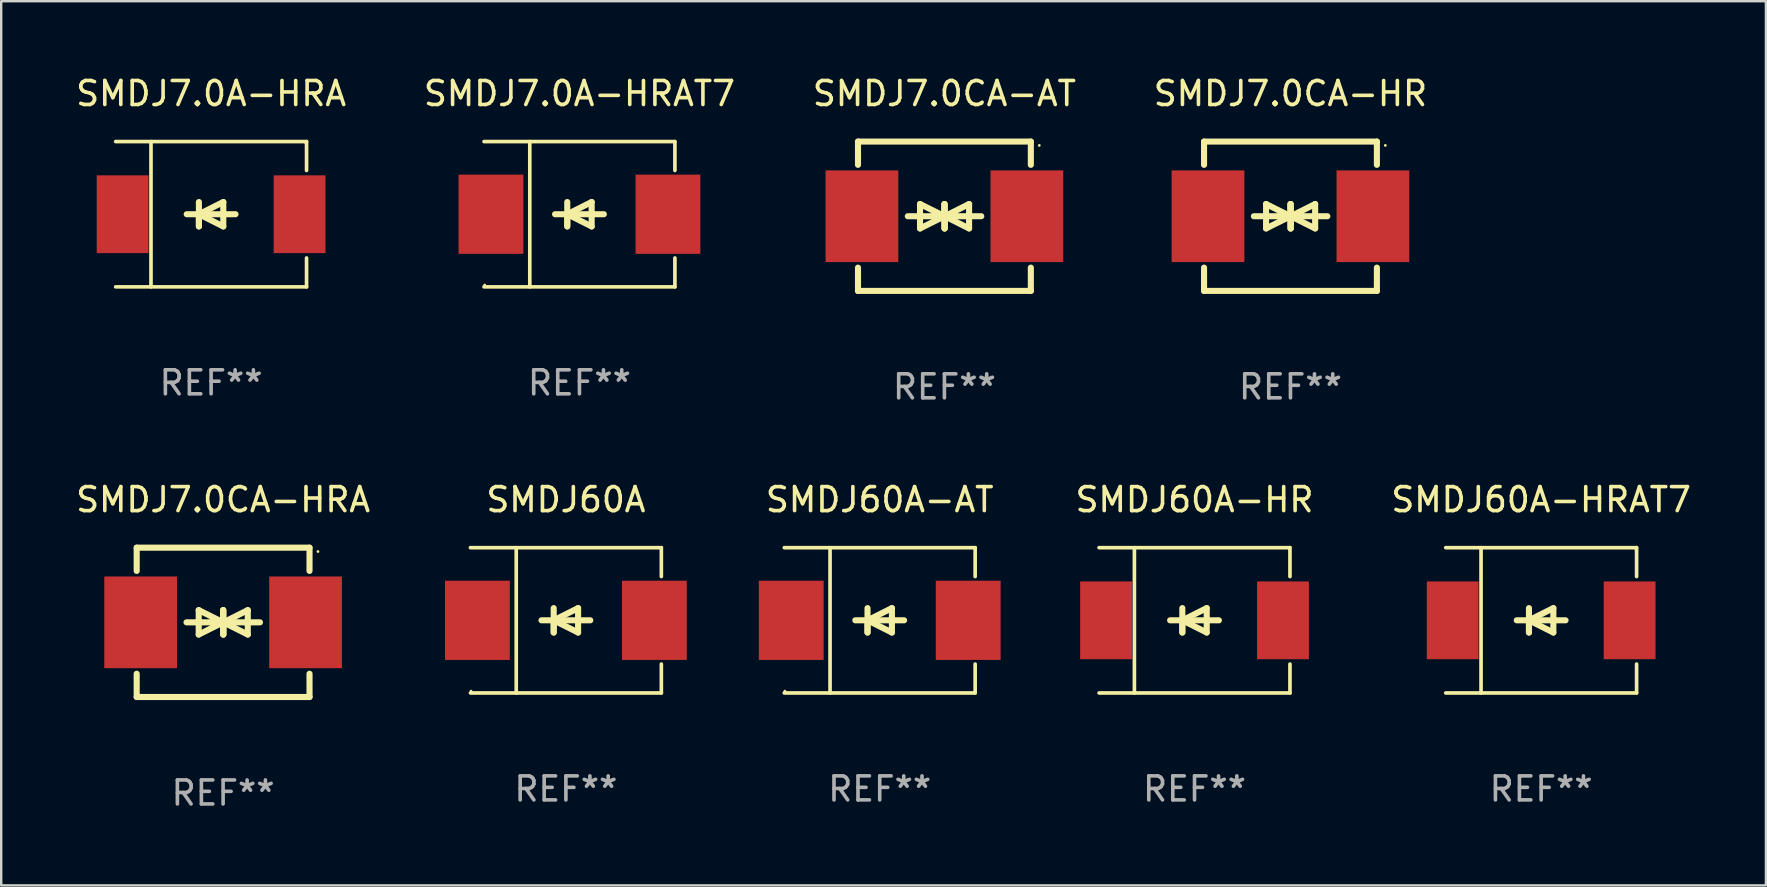
<source format=kicad_pcb>
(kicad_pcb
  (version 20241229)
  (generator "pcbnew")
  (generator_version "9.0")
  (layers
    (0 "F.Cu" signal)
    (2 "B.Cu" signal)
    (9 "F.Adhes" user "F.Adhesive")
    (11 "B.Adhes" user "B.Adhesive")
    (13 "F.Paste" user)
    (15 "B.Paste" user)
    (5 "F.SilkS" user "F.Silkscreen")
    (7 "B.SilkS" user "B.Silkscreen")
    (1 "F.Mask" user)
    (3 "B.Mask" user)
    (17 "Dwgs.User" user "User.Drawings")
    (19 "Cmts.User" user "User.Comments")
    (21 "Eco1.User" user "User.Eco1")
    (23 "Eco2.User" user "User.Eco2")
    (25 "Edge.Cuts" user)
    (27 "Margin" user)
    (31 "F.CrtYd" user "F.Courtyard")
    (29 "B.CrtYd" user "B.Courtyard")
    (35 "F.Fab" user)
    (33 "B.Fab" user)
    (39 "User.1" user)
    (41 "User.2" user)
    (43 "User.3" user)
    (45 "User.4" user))
  (footprint "SMDJ60A-HR"
    (layer "F.Cu")
    (at 46.711 22.791)
    (property "Reference" "SMDJ60A-HR" (at 0 -5.026 0) (layer "F.SilkS") (effects (font (size 1 1) (thickness 0.15))))
    (attr through_hole)
    (fp_line (start -3.976 -3.026) (end 3.976 -3.026) (stroke (width 0.152) (type solid)) (layer "F.SilkS"))
    (fp_line (start -3.976 3.026) (end 3.976 3.026) (stroke (width 0.152) (type solid)) (layer "F.SilkS"))
    (fp_line (start -2.504 -3.026) (end -2.504 3.026) (stroke (width 0.152) (type solid)) (layer "F.SilkS"))
    (fp_line (start -0.508 0) (end -0.508 0.508) (stroke (width 0.254) (type solid)) (layer "F.SilkS"))
    (fp_line (start -0.508 0) (end 0.508 0.508) (stroke (width 0.254) (type solid)) (layer "F.SilkS"))
    (fp_line (start -0.508 0.508) (end -0.508 -0.508) (stroke (width 0.254) (type solid)) (layer "F.SilkS"))
    (fp_line (start 0.508 -0.508) (end -0.508 0) (stroke (width 0.254) (type solid)) (layer "F.SilkS"))
    (fp_line (start 0.508 0.508) (end 0.508 -0.508) (stroke (width 0.254) (type solid)) (layer "F.SilkS"))
    (fp_line (start 1.016 0) (end -1.016 0) (stroke (width 0.254) (type solid)) (layer "F.SilkS"))
    (fp_line (start 3.976 -3.026) (end 3.976 -1.823) (stroke (width 0.152) (type solid)) (layer "F.SilkS"))
    (fp_line (start 3.976 3.026) (end 3.976 1.823) (stroke (width 0.152) (type solid)) (layer "F.SilkS"))
    (fp_circle (center 3.95 -2.95) (end 3.98 -2.95) (stroke (width 0.06) (type solid)) (fill no) (layer "F.SilkS"))
    (fp_text user "REF**" (at 0 7.026 0) (layer "F.Fab") (effects (font (size 1 1) (thickness 0.15))))
    (pad "1" smd rect (at 3.686 0 180) (size 2.158 3.24) (layers "F.Cu" "F.Mask" "F.Paste"))
    (pad "2" smd rect (at -3.686 0 180) (size 2.158 3.24) (layers "F.Cu" "F.Mask" "F.Paste")))
  (footprint "SMDJ7.0A-HRA"
    (layer "F.Cu")
    (at 5.744 5.874)
    (property "Reference" "SMDJ7.0A-HRA" (at 0 -5.026 0) (layer "F.SilkS") (effects (font (size 1 1) (thickness 0.15))))
    (attr through_hole)
    (fp_line (start -3.976 -3.026) (end 3.976 -3.026) (stroke (width 0.152) (type solid)) (layer "F.SilkS"))
    (fp_line (start -3.976 3.026) (end 3.976 3.026) (stroke (width 0.152) (type solid)) (layer "F.SilkS"))
    (fp_line (start -2.504 -3.026) (end -2.504 3.026) (stroke (width 0.152) (type solid)) (layer "F.SilkS"))
    (fp_line (start -0.508 0) (end -0.508 0.508) (stroke (width 0.254) (type solid)) (layer "F.SilkS"))
    (fp_line (start -0.508 0) (end 0.508 0.508) (stroke (width 0.254) (type solid)) (layer "F.SilkS"))
    (fp_line (start -0.508 0.508) (end -0.508 -0.508) (stroke (width 0.254) (type solid)) (layer "F.SilkS"))
    (fp_line (start 0.508 -0.508) (end -0.508 0) (stroke (width 0.254) (type solid)) (layer "F.SilkS"))
    (fp_line (start 0.508 0.508) (end 0.508 -0.508) (stroke (width 0.254) (type solid)) (layer "F.SilkS"))
    (fp_line (start 1.016 0) (end -1.016 0) (stroke (width 0.254) (type solid)) (layer "F.SilkS"))
    (fp_line (start 3.976 -3.026) (end 3.976 -1.823) (stroke (width 0.152) (type solid)) (layer "F.SilkS"))
    (fp_line (start 3.976 3.026) (end 3.976 1.823) (stroke (width 0.152) (type solid)) (layer "F.SilkS"))
    (fp_circle (center 3.95 -2.95) (end 3.98 -2.95) (stroke (width 0.06) (type solid)) (fill no) (layer "F.SilkS"))
    (fp_text user "REF**" (at 0 7.026 0) (layer "F.Fab") (effects (font (size 1 1) (thickness 0.15))))
    (pad "1" smd rect (at 3.686 0 180) (size 2.158 3.24) (layers "F.Cu" "F.Mask" "F.Paste"))
    (pad "2" smd rect (at -3.686 0 180) (size 2.158 3.24) (layers "F.Cu" "F.Mask" "F.Paste")))
  (footprint "SMDJ60A"
    (layer "F.Cu")
    (at 20.524 22.791)
    (property "Reference" "SMDJ60A" (at 0 -5.026 0) (layer "F.SilkS") (effects (font (size 1 1) (thickness 0.15))))
    (attr through_hole)
    (fp_line (start -3.976 -3.026) (end 3.976 -3.026) (stroke (width 0.152) (type solid)) (layer "F.SilkS"))
    (fp_line (start -3.976 3.026) (end 3.976 3.026) (stroke (width 0.152) (type solid)) (layer "F.SilkS"))
    (fp_line (start -2.069 -3.026) (end -2.069 3.026) (stroke (width 0.152) (type solid)) (layer "F.SilkS"))
    (fp_line (start -0.508 0) (end -0.508 0.508) (stroke (width 0.254) (type solid)) (layer "F.SilkS"))
    (fp_line (start -0.508 0) (end 0.508 0.508) (stroke (width 0.254) (type solid)) (layer "F.SilkS"))
    (fp_line (start -0.508 0.508) (end -0.508 -0.508) (stroke (width 0.254) (type solid)) (layer "F.SilkS"))
    (fp_line (start 0.508 -0.508) (end -0.508 0) (stroke (width 0.254) (type solid)) (layer "F.SilkS"))
    (fp_line (start 0.508 0.508) (end 0.508 -0.508) (stroke (width 0.254) (type solid)) (layer "F.SilkS"))
    (fp_line (start 1.016 0) (end -1.016 0) (stroke (width 0.254) (type solid)) (layer "F.SilkS"))
    (fp_line (start 3.976 -3.026) (end 3.976 -1.823) (stroke (width 0.152) (type solid)) (layer "F.SilkS"))
    (fp_line (start 3.976 3.026) (end 3.976 1.823) (stroke (width 0.152) (type solid)) (layer "F.SilkS"))
    (fp_circle (center -3.95 2.95) (end -3.92 2.95) (stroke (width 0.06) (type solid)) (fill no) (layer "F.SilkS"))
    (fp_text user "REF**" (at 0 7.026 0) (layer "F.Fab") (effects (font (size 1 1) (thickness 0.15))))
    (pad "1" smd rect (at -3.686 0) (size 2.7 3.3) (layers "F.Cu" "F.Mask" "F.Paste"))
    (pad "2" smd rect (at 3.686 0) (size 2.7 3.3) (layers "F.Cu" "F.Mask" "F.Paste")))
  (footprint "SMDJ7.0CA-HR"
    (layer "F.Cu")
    (at 50.708 5.958)
    (property "Reference" "SMDJ7.0CA-HR" (at 0 -5.11 0) (layer "F.SilkS") (effects (font (size 1 1) (thickness 0.15))))
    (attr through_hole)
    (fp_line (start -3.6 -2.141) (end -3.6 -3.11) (stroke (width 0.254) (type solid)) (layer "F.SilkS"))
    (fp_line (start -3.6 3.11) (end -3.6 2.141) (stroke (width 0.254) (type solid)) (layer "F.SilkS"))
    (fp_line (start -1.524 0) (end 0.508 0) (stroke (width 0.254) (type solid)) (layer "F.SilkS"))
    (fp_line (start -1.016 -0.508) (end -1.016 0.508) (stroke (width 0.254) (type solid)) (layer "F.SilkS"))
    (fp_line (start -1.016 0.508) (end 0 0) (stroke (width 0.254) (type solid)) (layer "F.SilkS"))
    (fp_line (start 0 -0.508) (end 0 0.508) (stroke (width 0.254) (type solid)) (layer "F.SilkS"))
    (fp_line (start 0 0) (end -1.016 -0.508) (stroke (width 0.254) (type solid)) (layer "F.SilkS"))
    (fp_line (start 0 0) (end 0 -0.508) (stroke (width 0.254) (type solid)) (layer "F.SilkS"))
    (fp_line (start 0.012 0) (end 0.012 0.508) (stroke (width 0.254) (type solid)) (layer "F.SilkS"))
    (fp_line (start 0.012 0) (end 1.028 0.508) (stroke (width 0.254) (type solid)) (layer "F.SilkS"))
    (fp_line (start 0.012 0.508) (end 0.012 -0.508) (stroke (width 0.254) (type solid)) (layer "F.SilkS"))
    (fp_line (start 1.028 -0.508) (end 0.012 0) (stroke (width 0.254) (type solid)) (layer "F.SilkS"))
    (fp_line (start 1.028 0.508) (end 1.028 -0.508) (stroke (width 0.254) (type solid)) (layer "F.SilkS"))
    (fp_line (start 1.536 0) (end -0.496 0) (stroke (width 0.254) (type solid)) (layer "F.SilkS"))
    (fp_line (start 3.6 -3.11) (end -3.6 -3.11) (stroke (width 0.254) (type solid)) (layer "F.SilkS"))
    (fp_line (start 3.6 -2.141) (end 3.6 -3.11) (stroke (width 0.254) (type solid)) (layer "F.SilkS"))
    (fp_line (start 3.6 3.11) (end -3.6 3.11) (stroke (width 0.254) (type solid)) (layer "F.SilkS"))
    (fp_line (start 3.6 3.11) (end 3.6 2.141) (stroke (width 0.254) (type solid)) (layer "F.SilkS"))
    (fp_circle (center 3.952 -2.95) (end 3.982 -2.95) (stroke (width 0.06) (type solid)) (fill no) (layer "F.SilkS"))
    (fp_text user "REF**" (at 0 7.11 0) (layer "F.Fab") (effects (font (size 1 1) (thickness 0.15))))
    (pad "1" smd rect (at 3.435 0) (size 3.03 3.82) (layers "F.Cu" "F.Mask" "F.Paste"))
    (pad "2" smd rect (at -3.435 0) (size 3.03 3.82) (layers "F.Cu" "F.Mask" "F.Paste")))
  (footprint "SMDJ7.0CA-HRA"
    (layer "F.Cu")
    (at 6.244 22.875)
    (property "Reference" "SMDJ7.0CA-HRA" (at 0 -5.11 0) (layer "F.SilkS") (effects (font (size 1 1) (thickness 0.15))))
    (attr through_hole)
    (fp_line (start -3.6 -2.141) (end -3.6 -3.11) (stroke (width 0.254) (type solid)) (layer "F.SilkS"))
    (fp_line (start -3.6 3.11) (end -3.6 2.141) (stroke (width 0.254) (type solid)) (layer "F.SilkS"))
    (fp_line (start -1.524 0) (end 0.508 0) (stroke (width 0.254) (type solid)) (layer "F.SilkS"))
    (fp_line (start -1.016 -0.508) (end -1.016 0.508) (stroke (width 0.254) (type solid)) (layer "F.SilkS"))
    (fp_line (start -1.016 0.508) (end 0 0) (stroke (width 0.254) (type solid)) (layer "F.SilkS"))
    (fp_line (start 0 -0.508) (end 0 0.508) (stroke (width 0.254) (type solid)) (layer "F.SilkS"))
    (fp_line (start 0 0) (end -1.016 -0.508) (stroke (width 0.254) (type solid)) (layer "F.SilkS"))
    (fp_line (start 0 0) (end 0 -0.508) (stroke (width 0.254) (type solid)) (layer "F.SilkS"))
    (fp_line (start 0.012 0) (end 0.012 0.508) (stroke (width 0.254) (type solid)) (layer "F.SilkS"))
    (fp_line (start 0.012 0) (end 1.028 0.508) (stroke (width 0.254) (type solid)) (layer "F.SilkS"))
    (fp_line (start 0.012 0.508) (end 0.012 -0.508) (stroke (width 0.254) (type solid)) (layer "F.SilkS"))
    (fp_line (start 1.028 -0.508) (end 0.012 0) (stroke (width 0.254) (type solid)) (layer "F.SilkS"))
    (fp_line (start 1.028 0.508) (end 1.028 -0.508) (stroke (width 0.254) (type solid)) (layer "F.SilkS"))
    (fp_line (start 1.536 0) (end -0.496 0) (stroke (width 0.254) (type solid)) (layer "F.SilkS"))
    (fp_line (start 3.6 -3.11) (end -3.6 -3.11) (stroke (width 0.254) (type solid)) (layer "F.SilkS"))
    (fp_line (start 3.6 -2.141) (end 3.6 -3.11) (stroke (width 0.254) (type solid)) (layer "F.SilkS"))
    (fp_line (start 3.6 3.11) (end -3.6 3.11) (stroke (width 0.254) (type solid)) (layer "F.SilkS"))
    (fp_line (start 3.6 3.11) (end 3.6 2.141) (stroke (width 0.254) (type solid)) (layer "F.SilkS"))
    (fp_circle (center 3.952 -2.95) (end 3.982 -2.95) (stroke (width 0.06) (type solid)) (fill no) (layer "F.SilkS"))
    (fp_text user "REF**" (at 0 7.11 0) (layer "F.Fab") (effects (font (size 1 1) (thickness 0.15))))
    (pad "1" smd rect (at 3.435 0) (size 3.03 3.82) (layers "F.Cu" "F.Mask" "F.Paste"))
    (pad "2" smd rect (at -3.435 0) (size 3.03 3.82) (layers "F.Cu" "F.Mask" "F.Paste")))
  (footprint "SMDJ7.0CA-AT"
    (layer "F.Cu")
    (at 36.292 5.958)
    (property "Reference" "SMDJ7.0CA-AT" (at 0 -5.11 0) (layer "F.SilkS") (effects (font (size 1 1) (thickness 0.15))))
    (attr through_hole)
    (fp_line (start -3.6 -2.141) (end -3.6 -3.11) (stroke (width 0.254) (type solid)) (layer "F.SilkS"))
    (fp_line (start -3.6 3.11) (end -3.6 2.141) (stroke (width 0.254) (type solid)) (layer "F.SilkS"))
    (fp_line (start -1.524 0) (end 0.508 0) (stroke (width 0.254) (type solid)) (layer "F.SilkS"))
    (fp_line (start -1.016 -0.508) (end -1.016 0.508) (stroke (width 0.254) (type solid)) (layer "F.SilkS"))
    (fp_line (start -1.016 0.508) (end 0 0) (stroke (width 0.254) (type solid)) (layer "F.SilkS"))
    (fp_line (start 0 -0.508) (end 0 0.508) (stroke (width 0.254) (type solid)) (layer "F.SilkS"))
    (fp_line (start 0 0) (end -1.016 -0.508) (stroke (width 0.254) (type solid)) (layer "F.SilkS"))
    (fp_line (start 0 0) (end 0 -0.508) (stroke (width 0.254) (type solid)) (layer "F.SilkS"))
    (fp_line (start 0.012 0) (end 0.012 0.508) (stroke (width 0.254) (type solid)) (layer "F.SilkS"))
    (fp_line (start 0.012 0) (end 1.028 0.508) (stroke (width 0.254) (type solid)) (layer "F.SilkS"))
    (fp_line (start 0.012 0.508) (end 0.012 -0.508) (stroke (width 0.254) (type solid)) (layer "F.SilkS"))
    (fp_line (start 1.028 -0.508) (end 0.012 0) (stroke (width 0.254) (type solid)) (layer "F.SilkS"))
    (fp_line (start 1.028 0.508) (end 1.028 -0.508) (stroke (width 0.254) (type solid)) (layer "F.SilkS"))
    (fp_line (start 1.536 0) (end -0.496 0) (stroke (width 0.254) (type solid)) (layer "F.SilkS"))
    (fp_line (start 3.6 -3.11) (end -3.6 -3.11) (stroke (width 0.254) (type solid)) (layer "F.SilkS"))
    (fp_line (start 3.6 -2.141) (end 3.6 -3.11) (stroke (width 0.254) (type solid)) (layer "F.SilkS"))
    (fp_line (start 3.6 3.11) (end -3.6 3.11) (stroke (width 0.254) (type solid)) (layer "F.SilkS"))
    (fp_line (start 3.6 3.11) (end 3.6 2.141) (stroke (width 0.254) (type solid)) (layer "F.SilkS"))
    (fp_circle (center 3.952 -2.95) (end 3.982 -2.95) (stroke (width 0.06) (type solid)) (fill no) (layer "F.SilkS"))
    (fp_text user "REF**" (at 0 7.11 0) (layer "F.Fab") (effects (font (size 1 1) (thickness 0.15))))
    (pad "1" smd rect (at 3.435 0) (size 3.03 3.82) (layers "F.Cu" "F.Mask" "F.Paste"))
    (pad "2" smd rect (at -3.435 0) (size 3.03 3.82) (layers "F.Cu" "F.Mask" "F.Paste")))
  (footprint "SMDJ60A-HRAT7"
    (layer "F.Cu")
    (at 61.151 22.791)
    (property "Reference" "SMDJ60A-HRAT7" (at 0 -5.026 0) (layer "F.SilkS") (effects (font (size 1 1) (thickness 0.15))))
    (attr through_hole)
    (fp_line (start -3.976 -3.026) (end 3.976 -3.026) (stroke (width 0.152) (type solid)) (layer "F.SilkS"))
    (fp_line (start -3.976 3.026) (end 3.976 3.026) (stroke (width 0.152) (type solid)) (layer "F.SilkS"))
    (fp_line (start -2.504 -3.026) (end -2.504 3.026) (stroke (width 0.152) (type solid)) (layer "F.SilkS"))
    (fp_line (start -0.508 0) (end -0.508 0.508) (stroke (width 0.254) (type solid)) (layer "F.SilkS"))
    (fp_line (start -0.508 0) (end 0.508 0.508) (stroke (width 0.254) (type solid)) (layer "F.SilkS"))
    (fp_line (start -0.508 0.508) (end -0.508 -0.508) (stroke (width 0.254) (type solid)) (layer "F.SilkS"))
    (fp_line (start 0.508 -0.508) (end -0.508 0) (stroke (width 0.254) (type solid)) (layer "F.SilkS"))
    (fp_line (start 0.508 0.508) (end 0.508 -0.508) (stroke (width 0.254) (type solid)) (layer "F.SilkS"))
    (fp_line (start 1.016 0) (end -1.016 0) (stroke (width 0.254) (type solid)) (layer "F.SilkS"))
    (fp_line (start 3.976 -3.026) (end 3.976 -1.823) (stroke (width 0.152) (type solid)) (layer "F.SilkS"))
    (fp_line (start 3.976 3.026) (end 3.976 1.823) (stroke (width 0.152) (type solid)) (layer "F.SilkS"))
    (fp_circle (center 3.95 -2.95) (end 3.98 -2.95) (stroke (width 0.06) (type solid)) (fill no) (layer "F.SilkS"))
    (fp_text user "REF**" (at 0 7.026 0) (layer "F.Fab") (effects (font (size 1 1) (thickness 0.15))))
    (pad "1" smd rect (at 3.686 0 180) (size 2.158 3.24) (layers "F.Cu" "F.Mask" "F.Paste"))
    (pad "2" smd rect (at -3.686 0 180) (size 2.158 3.24) (layers "F.Cu" "F.Mask" "F.Paste")))
  (footprint "SMDJ60A-AT"
    (layer "F.Cu")
    (at 33.597 22.791)
    (property "Reference" "SMDJ60A-AT" (at 0 -5.026 0) (layer "F.SilkS") (effects (font (size 1 1) (thickness 0.15))))
    (attr through_hole)
    (fp_line (start -3.976 -3.026) (end 3.976 -3.026) (stroke (width 0.152) (type solid)) (layer "F.SilkS"))
    (fp_line (start -3.976 3.026) (end 3.976 3.026) (stroke (width 0.152) (type solid)) (layer "F.SilkS"))
    (fp_line (start -2.069 -3.026) (end -2.069 3.026) (stroke (width 0.152) (type solid)) (layer "F.SilkS"))
    (fp_line (start -0.508 0) (end -0.508 0.508) (stroke (width 0.254) (type solid)) (layer "F.SilkS"))
    (fp_line (start -0.508 0) (end 0.508 0.508) (stroke (width 0.254) (type solid)) (layer "F.SilkS"))
    (fp_line (start -0.508 0.508) (end -0.508 -0.508) (stroke (width 0.254) (type solid)) (layer "F.SilkS"))
    (fp_line (start 0.508 -0.508) (end -0.508 0) (stroke (width 0.254) (type solid)) (layer "F.SilkS"))
    (fp_line (start 0.508 0.508) (end 0.508 -0.508) (stroke (width 0.254) (type solid)) (layer "F.SilkS"))
    (fp_line (start 1.016 0) (end -1.016 0) (stroke (width 0.254) (type solid)) (layer "F.SilkS"))
    (fp_line (start 3.976 -3.026) (end 3.976 -1.823) (stroke (width 0.152) (type solid)) (layer "F.SilkS"))
    (fp_line (start 3.976 3.026) (end 3.976 1.823) (stroke (width 0.152) (type solid)) (layer "F.SilkS"))
    (fp_circle (center -3.95 2.95) (end -3.92 2.95) (stroke (width 0.06) (type solid)) (fill no) (layer "F.SilkS"))
    (fp_text user "REF**" (at 0 7.026 0) (layer "F.Fab") (effects (font (size 1 1) (thickness 0.15))))
    (pad "1" smd rect (at -3.686 0) (size 2.7 3.3) (layers "F.Cu" "F.Mask" "F.Paste"))
    (pad "2" smd rect (at 3.686 0) (size 2.7 3.3) (layers "F.Cu" "F.Mask" "F.Paste")))
  (footprint "SMDJ7.0A-HRAT7"
    (layer "F.Cu")
    (at 21.089 5.874)
    (property "Reference" "SMDJ7.0A-HRAT7" (at 0 -5.026 0) (layer "F.SilkS") (effects (font (size 1 1) (thickness 0.15))))
    (attr through_hole)
    (fp_line (start -3.976 -3.026) (end 3.976 -3.026) (stroke (width 0.152) (type solid)) (layer "F.SilkS"))
    (fp_line (start -3.976 3.026) (end 3.976 3.026) (stroke (width 0.152) (type solid)) (layer "F.SilkS"))
    (fp_line (start -2.069 -3.026) (end -2.069 3.026) (stroke (width 0.152) (type solid)) (layer "F.SilkS"))
    (fp_line (start -0.508 0) (end -0.508 0.508) (stroke (width 0.254) (type solid)) (layer "F.SilkS"))
    (fp_line (start -0.508 0) (end 0.508 0.508) (stroke (width 0.254) (type solid)) (layer "F.SilkS"))
    (fp_line (start -0.508 0.508) (end -0.508 -0.508) (stroke (width 0.254) (type solid)) (layer "F.SilkS"))
    (fp_line (start 0.508 -0.508) (end -0.508 0) (stroke (width 0.254) (type solid)) (layer "F.SilkS"))
    (fp_line (start 0.508 0.508) (end 0.508 -0.508) (stroke (width 0.254) (type solid)) (layer "F.SilkS"))
    (fp_line (start 1.016 0) (end -1.016 0) (stroke (width 0.254) (type solid)) (layer "F.SilkS"))
    (fp_line (start 3.976 -3.026) (end 3.976 -1.823) (stroke (width 0.152) (type solid)) (layer "F.SilkS"))
    (fp_line (start 3.976 3.026) (end 3.976 1.823) (stroke (width 0.152) (type solid)) (layer "F.SilkS"))
    (fp_circle (center -3.95 2.95) (end -3.92 2.95) (stroke (width 0.06) (type solid)) (fill no) (layer "F.SilkS"))
    (fp_text user "REF**" (at 0 7.026 0) (layer "F.Fab") (effects (font (size 1 1) (thickness 0.15))))
    (pad "1" smd rect (at -3.686 0) (size 2.7 3.3) (layers "F.Cu" "F.Mask" "F.Paste"))
    (pad "2" smd rect (at 3.686 0) (size 2.7 3.3) (layers "F.Cu" "F.Mask" "F.Paste")))
  (gr_rect
    (start -3 -3)
    (end 70.514 33.833)
    (stroke (width 0.1) (type default))
    (fill no)
    (layer "Edge.Cuts")))
</source>
